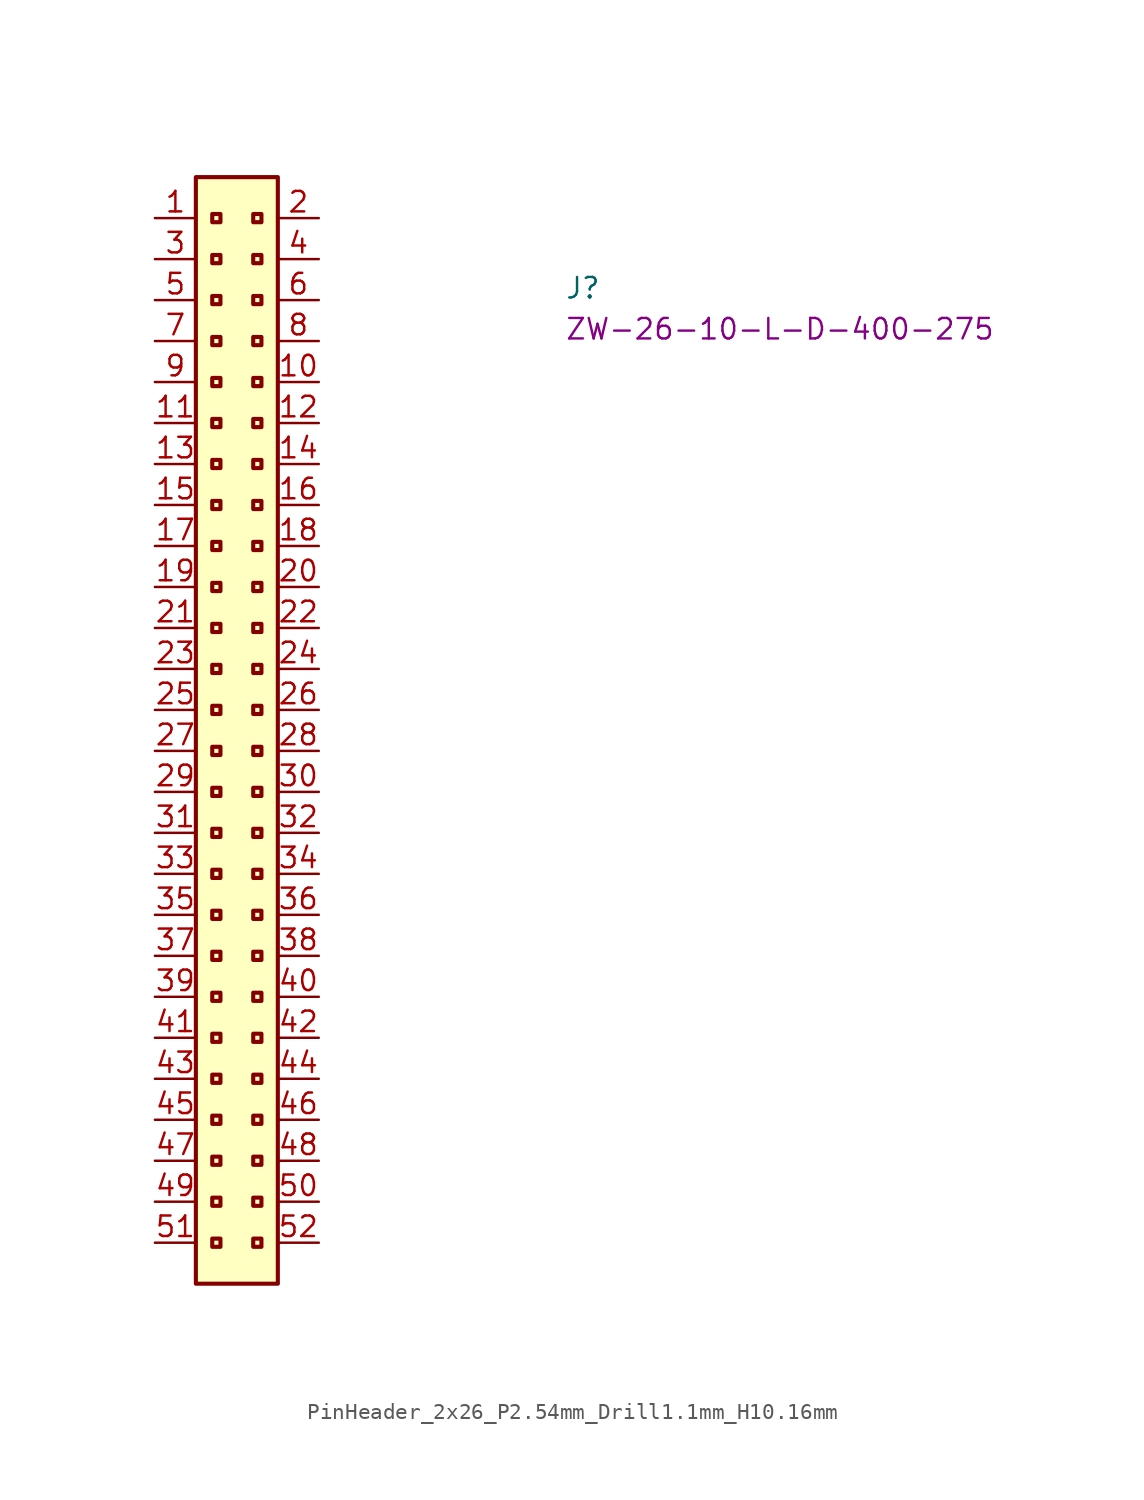
<source format=kicad_sym>
(kicad_symbol_lib
  (version 20220914)
  (generator kicad_symbol_editor)
  (symbol "PinHeader_2x26_P2.54mm_Drill1.1mm_H10.16mm"
    (property "Reference" "J"
      (at 25.4 -5.08 0)
      (effects (font (size 1.27 1.27) (thickness 0.15)) (justify left bottom)))
    (property "MPN" "ZW-26-10-L-D-400-275"
      (at 25.4 -7.62 0)
      (effects (font (size 1.27 1.27) (thickness 0.15)) (justify left bottom)))
    (symbol "PinHeader_2x26_P2.54mm_Drill1.1mm_H10.16mm_1_1"
      (rectangle (start 2.54 2.54) (end 7.62 -66.04) (stroke (width 0.254) (type default)) (fill (type background)))
      (rectangle (start 3.556 -63.246) (end 4.064 -63.754) (stroke (width 0.254) (type default)) (fill (type background)))
      (rectangle (start 3.556 -60.706) (end 4.064 -61.214) (stroke (width 0.254) (type default)) (fill (type background)))
      (rectangle (start 3.556 -58.166) (end 4.064 -58.674) (stroke (width 0.254) (type default)) (fill (type background)))
      (rectangle (start 3.556 -55.626) (end 4.064 -56.134) (stroke (width 0.254) (type default)) (fill (type background)))
      (rectangle (start 3.556 -53.086) (end 4.064 -53.594) (stroke (width 0.254) (type default)) (fill (type background)))
      (rectangle (start 3.556 -50.546) (end 4.064 -51.054) (stroke (width 0.254) (type default)) (fill (type background)))
      (rectangle (start 3.556 -48.006) (end 4.064 -48.514) (stroke (width 0.254) (type default)) (fill (type background)))
      (rectangle (start 3.556 -45.466) (end 4.064 -45.974) (stroke (width 0.254) (type default)) (fill (type background)))
      (rectangle (start 3.556 -42.926) (end 4.064 -43.434) (stroke (width 0.254) (type default)) (fill (type background)))
      (rectangle (start 3.556 -40.386) (end 4.064 -40.894) (stroke (width 0.254) (type default)) (fill (type background)))
      (rectangle (start 3.556 -37.846) (end 4.064 -38.354) (stroke (width 0.254) (type default)) (fill (type background)))
      (rectangle (start 3.556 -35.306) (end 4.064 -35.814) (stroke (width 0.254) (type default)) (fill (type background)))
      (rectangle (start 3.556 -32.766) (end 4.064 -33.274) (stroke (width 0.254) (type default)) (fill (type background)))
      (rectangle (start 3.556 -30.226) (end 4.064 -30.734) (stroke (width 0.254) (type default)) (fill (type background)))
      (rectangle (start 3.556 -27.686) (end 4.064 -28.194) (stroke (width 0.254) (type default)) (fill (type background)))
      (rectangle (start 3.556 -25.146) (end 4.064 -25.654) (stroke (width 0.254) (type default)) (fill (type background)))
      (rectangle (start 3.556 -22.606) (end 4.064 -23.114) (stroke (width 0.254) (type default)) (fill (type background)))
      (rectangle (start 3.556 -20.066) (end 4.064 -20.574) (stroke (width 0.254) (type default)) (fill (type background)))
      (rectangle (start 3.556 -17.526) (end 4.064 -18.034) (stroke (width 0.254) (type default)) (fill (type background)))
      (rectangle (start 3.556 -14.986) (end 4.064 -15.494) (stroke (width 0.254) (type default)) (fill (type background)))
      (rectangle (start 3.556 -12.446) (end 4.064 -12.954) (stroke (width 0.254) (type default)) (fill (type background)))
      (rectangle (start 3.556 -9.906) (end 4.064 -10.414) (stroke (width 0.254) (type default)) (fill (type background)))
      (rectangle (start 3.556 -7.366) (end 4.064 -7.874) (stroke (width 0.254) (type default)) (fill (type background)))
      (rectangle (start 3.556 -4.826) (end 4.064 -5.334) (stroke (width 0.254) (type default)) (fill (type background)))
      (rectangle (start 3.556 -2.286) (end 4.064 -2.794) (stroke (width 0.254) (type default)) (fill (type background)))
      (rectangle (start 3.556 0.254) (end 4.064 -0.254) (stroke (width 0.254) (type default)) (fill (type background)))
      (rectangle (start 6.096 -63.246) (end 6.604 -63.754) (stroke (width 0.254) (type default)) (fill (type background)))
      (rectangle (start 6.096 -60.706) (end 6.604 -61.214) (stroke (width 0.254) (type default)) (fill (type background)))
      (rectangle (start 6.096 -58.166) (end 6.604 -58.674) (stroke (width 0.254) (type default)) (fill (type background)))
      (rectangle (start 6.096 -55.626) (end 6.604 -56.134) (stroke (width 0.254) (type default)) (fill (type background)))
      (rectangle (start 6.096 -53.086) (end 6.604 -53.594) (stroke (width 0.254) (type default)) (fill (type background)))
      (rectangle (start 6.096 -50.546) (end 6.604 -51.054) (stroke (width 0.254) (type default)) (fill (type background)))
      (rectangle (start 6.096 -48.006) (end 6.604 -48.514) (stroke (width 0.254) (type default)) (fill (type background)))
      (rectangle (start 6.096 -45.466) (end 6.604 -45.974) (stroke (width 0.254) (type default)) (fill (type background)))
      (rectangle (start 6.096 -42.926) (end 6.604 -43.434) (stroke (width 0.254) (type default)) (fill (type background)))
      (rectangle (start 6.096 -40.386) (end 6.604 -40.894) (stroke (width 0.254) (type default)) (fill (type background)))
      (rectangle (start 6.096 -37.846) (end 6.604 -38.354) (stroke (width 0.254) (type default)) (fill (type background)))
      (rectangle (start 6.096 -35.306) (end 6.604 -35.814) (stroke (width 0.254) (type default)) (fill (type background)))
      (rectangle (start 6.096 -32.766) (end 6.604 -33.274) (stroke (width 0.254) (type default)) (fill (type background)))
      (rectangle (start 6.096 -30.226) (end 6.604 -30.734) (stroke (width 0.254) (type default)) (fill (type background)))
      (rectangle (start 6.096 -27.686) (end 6.604 -28.194) (stroke (width 0.254) (type default)) (fill (type background)))
      (rectangle (start 6.096 -25.146) (end 6.604 -25.654) (stroke (width 0.254) (type default)) (fill (type background)))
      (rectangle (start 6.096 -22.606) (end 6.604 -23.114) (stroke (width 0.254) (type default)) (fill (type background)))
      (rectangle (start 6.096 -20.066) (end 6.604 -20.574) (stroke (width 0.254) (type default)) (fill (type background)))
      (rectangle (start 6.096 -17.526) (end 6.604 -18.034) (stroke (width 0.254) (type default)) (fill (type background)))
      (rectangle (start 6.096 -14.986) (end 6.604 -15.494) (stroke (width 0.254) (type default)) (fill (type background)))
      (rectangle (start 6.096 -12.446) (end 6.604 -12.954) (stroke (width 0.254) (type default)) (fill (type background)))
      (rectangle (start 6.096 -9.906) (end 6.604 -10.414) (stroke (width 0.254) (type default)) (fill (type background)))
      (rectangle (start 6.096 -7.366) (end 6.604 -7.874) (stroke (width 0.254) (type default)) (fill (type background)))
      (rectangle (start 6.096 -4.826) (end 6.604 -5.334) (stroke (width 0.254) (type default)) (fill (type background)))
      (rectangle (start 6.096 -2.286) (end 6.604 -2.794) (stroke (width 0.254) (type default)) (fill (type background)))
      (rectangle (start 6.096 0.254) (end 6.604 -0.254) (stroke (width 0.254) (type default)) (fill (type background)))
      (text "" (at 2.54 -63.5 0) (effects (font (size 1.27 1.27) (thickness 0.15)) (justify left bottom)))
      (text "" (at 2.54 -60.96 0) (effects (font (size 1.27 1.27) (thickness 0.15)) (justify left bottom)))
      (text "" (at 2.54 -58.42 0) (effects (font (size 1.27 1.27) (thickness 0.15)) (justify left bottom)))
      (text "" (at 2.54 -55.88 0) (effects (font (size 1.27 1.27) (thickness 0.15)) (justify left bottom)))
      (text "" (at 2.54 -53.34 0) (effects (font (size 1.27 1.27) (thickness 0.15)) (justify left bottom)))
      (text "" (at 2.54 -50.8 0) (effects (font (size 1.27 1.27) (thickness 0.15)) (justify left bottom)))
      (text "" (at 2.54 -48.26 0) (effects (font (size 1.27 1.27) (thickness 0.15)) (justify left bottom)))
      (text "" (at 2.54 -43.18 0) (effects (font (size 1.27 1.27) (thickness 0.15)) (justify left bottom)))
      (text "" (at 2.54 -40.64 0) (effects (font (size 1.27 1.27) (thickness 0.15)) (justify left bottom)))
      (text "" (at 2.54 -40.64 0) (effects (font (size 1.27 1.27) (thickness 0.15)) (justify left bottom)))
      (pin passive line (at 0 0 0) (length 2.54) (name "~" (effects (font (size 1.27 1.27)))) (number "1" (effects (font (size 1.27 1.27)))))
      (pin passive line (at 10.16 -10.16 180) (length 2.54) (name "~" (effects (font (size 1.27 1.27)))) (number "10" (effects (font (size 1.27 1.27)))))
      (pin passive line (at 0 -12.7 0) (length 2.54) (name "~" (effects (font (size 1.27 1.27)))) (number "11" (effects (font (size 1.27 1.27)))))
      (pin passive line (at 10.16 -12.7 180) (length 2.54) (name "~" (effects (font (size 1.27 1.27)))) (number "12" (effects (font (size 1.27 1.27)))))
      (pin passive line (at 0 -15.24 0) (length 2.54) (name "~" (effects (font (size 1.27 1.27)))) (number "13" (effects (font (size 1.27 1.27)))))
      (pin passive line (at 10.16 -15.24 180) (length 2.54) (name "~" (effects (font (size 1.27 1.27)))) (number "14" (effects (font (size 1.27 1.27)))))
      (pin passive line (at 0 -17.78 0) (length 2.54) (name "~" (effects (font (size 1.27 1.27)))) (number "15" (effects (font (size 1.27 1.27)))))
      (pin passive line (at 10.16 -17.78 180) (length 2.54) (name "~" (effects (font (size 1.27 1.27)))) (number "16" (effects (font (size 1.27 1.27)))))
      (pin passive line (at 0 -20.32 0) (length 2.54) (name "~" (effects (font (size 1.27 1.27)))) (number "17" (effects (font (size 1.27 1.27)))))
      (pin passive line (at 10.16 -20.32 180) (length 2.54) (name "~" (effects (font (size 1.27 1.27)))) (number "18" (effects (font (size 1.27 1.27)))))
      (pin passive line (at 0 -22.86 0) (length 2.54) (name "~" (effects (font (size 1.27 1.27)))) (number "19" (effects (font (size 1.27 1.27)))))
      (pin passive line (at 10.16 0 180) (length 2.54) (name "~" (effects (font (size 1.27 1.27)))) (number "2" (effects (font (size 1.27 1.27)))))
      (pin passive line (at 10.16 -22.86 180) (length 2.54) (name "~" (effects (font (size 1.27 1.27)))) (number "20" (effects (font (size 1.27 1.27)))))
      (pin passive line (at 0 -25.4 0) (length 2.54) (name "~" (effects (font (size 1.27 1.27)))) (number "21" (effects (font (size 1.27 1.27)))))
      (pin passive line (at 10.16 -25.4 180) (length 2.54) (name "~" (effects (font (size 1.27 1.27)))) (number "22" (effects (font (size 1.27 1.27)))))
      (pin passive line (at 0 -27.94 0) (length 2.54) (name "~" (effects (font (size 1.27 1.27)))) (number "23" (effects (font (size 1.27 1.27)))))
      (pin passive line (at 10.16 -27.94 180) (length 2.54) (name "~" (effects (font (size 1.27 1.27)))) (number "24" (effects (font (size 1.27 1.27)))))
      (pin passive line (at 0 -30.48 0) (length 2.54) (name "~" (effects (font (size 1.27 1.27)))) (number "25" (effects (font (size 1.27 1.27)))))
      (pin passive line (at 10.16 -30.48 180) (length 2.54) (name "~" (effects (font (size 1.27 1.27)))) (number "26" (effects (font (size 1.27 1.27)))))
      (pin passive line (at 0 -33.02 0) (length 2.54) (name "~" (effects (font (size 1.27 1.27)))) (number "27" (effects (font (size 1.27 1.27)))))
      (pin passive line (at 10.16 -33.02 180) (length 2.54) (name "~" (effects (font (size 1.27 1.27)))) (number "28" (effects (font (size 1.27 1.27)))))
      (pin passive line (at 0 -35.56 0) (length 2.54) (name "~" (effects (font (size 1.27 1.27)))) (number "29" (effects (font (size 1.27 1.27)))))
      (pin passive line (at 0 -2.54 0) (length 2.54) (name "~" (effects (font (size 1.27 1.27)))) (number "3" (effects (font (size 1.27 1.27)))))
      (pin passive line (at 10.16 -35.56 180) (length 2.54) (name "~" (effects (font (size 1.27 1.27)))) (number "30" (effects (font (size 1.27 1.27)))))
      (pin passive line (at 0 -38.1 0) (length 2.54) (name "~" (effects (font (size 1.27 1.27)))) (number "31" (effects (font (size 1.27 1.27)))))
      (pin passive line (at 10.16 -38.1 180) (length 2.54) (name "~" (effects (font (size 1.27 1.27)))) (number "32" (effects (font (size 1.27 1.27)))))
      (pin passive line (at 0 -40.64 0) (length 2.54) (name "~" (effects (font (size 1.27 1.27)))) (number "33" (effects (font (size 1.27 1.27)))))
      (pin passive line (at 10.16 -40.64 180) (length 2.54) (name "~" (effects (font (size 1.27 1.27)))) (number "34" (effects (font (size 1.27 1.27)))))
      (pin passive line (at 0 -43.18 0) (length 2.54) (name "~" (effects (font (size 1.27 1.27)))) (number "35" (effects (font (size 1.27 1.27)))))
      (pin passive line (at 10.16 -43.18 180) (length 2.54) (name "~" (effects (font (size 1.27 1.27)))) (number "36" (effects (font (size 1.27 1.27)))))
      (pin passive line (at 0 -45.72 0) (length 2.54) (name "~" (effects (font (size 1.27 1.27)))) (number "37" (effects (font (size 1.27 1.27)))))
      (pin passive line (at 10.16 -45.72 180) (length 2.54) (name "~" (effects (font (size 1.27 1.27)))) (number "38" (effects (font (size 1.27 1.27)))))
      (pin passive line (at 0 -48.26 0) (length 2.54) (name "~" (effects (font (size 1.27 1.27)))) (number "39" (effects (font (size 1.27 1.27)))))
      (pin passive line (at 10.16 -2.54 180) (length 2.54) (name "~" (effects (font (size 1.27 1.27)))) (number "4" (effects (font (size 1.27 1.27)))))
      (pin passive line (at 10.16 -48.26 180) (length 2.54) (name "~" (effects (font (size 1.27 1.27)))) (number "40" (effects (font (size 1.27 1.27)))))
      (pin passive line (at 0 -50.8 0) (length 2.54) (name "~" (effects (font (size 1.27 1.27)))) (number "41" (effects (font (size 1.27 1.27)))))
      (pin passive line (at 10.16 -50.8 180) (length 2.54) (name "~" (effects (font (size 1.27 1.27)))) (number "42" (effects (font (size 1.27 1.27)))))
      (pin passive line (at 0 -53.34 0) (length 2.54) (name "~" (effects (font (size 1.27 1.27)))) (number "43" (effects (font (size 1.27 1.27)))))
      (pin passive line (at 10.16 -53.34 180) (length 2.54) (name "~" (effects (font (size 1.27 1.27)))) (number "44" (effects (font (size 1.27 1.27)))))
      (pin passive line (at 0 -55.88 0) (length 2.54) (name "~" (effects (font (size 1.27 1.27)))) (number "45" (effects (font (size 1.27 1.27)))))
      (pin passive line (at 10.16 -55.88 180) (length 2.54) (name "~" (effects (font (size 1.27 1.27)))) (number "46" (effects (font (size 1.27 1.27)))))
      (pin passive line (at 0 -58.42 0) (length 2.54) (name "~" (effects (font (size 1.27 1.27)))) (number "47" (effects (font (size 1.27 1.27)))))
      (pin passive line (at 10.16 -58.42 180) (length 2.54) (name "~" (effects (font (size 1.27 1.27)))) (number "48" (effects (font (size 1.27 1.27)))))
      (pin passive line (at 0 -60.96 0) (length 2.54) (name "~" (effects (font (size 1.27 1.27)))) (number "49" (effects (font (size 1.27 1.27)))))
      (pin passive line (at 0 -5.08 0) (length 2.54) (name "~" (effects (font (size 1.27 1.27)))) (number "5" (effects (font (size 1.27 1.27)))))
      (pin passive line (at 10.16 -60.96 180) (length 2.54) (name "~" (effects (font (size 1.27 1.27)))) (number "50" (effects (font (size 1.27 1.27)))))
      (pin passive line (at 0 -63.5 0) (length 2.54) (name "~" (effects (font (size 1.27 1.27)))) (number "51" (effects (font (size 1.27 1.27)))))
      (pin passive line (at 10.16 -63.5 180) (length 2.54) (name "~" (effects (font (size 1.27 1.27)))) (number "52" (effects (font (size 1.27 1.27)))))
      (pin passive line (at 10.16 -5.08 180) (length 2.54) (name "~" (effects (font (size 1.27 1.27)))) (number "6" (effects (font (size 1.27 1.27)))))
      (pin passive line (at 0 -7.62 0) (length 2.54) (name "~" (effects (font (size 1.27 1.27)))) (number "7" (effects (font (size 1.27 1.27)))))
      (pin passive line (at 10.16 -7.62 180) (length 2.54) (name "~" (effects (font (size 1.27 1.27)))) (number "8" (effects (font (size 1.27 1.27)))))
      (pin passive line (at 0 -10.16 0) (length 2.54) (name "~" (effects (font (size 1.27 1.27)))) (number "9" (effects (font (size 1.27 1.27))))))))
</source>
